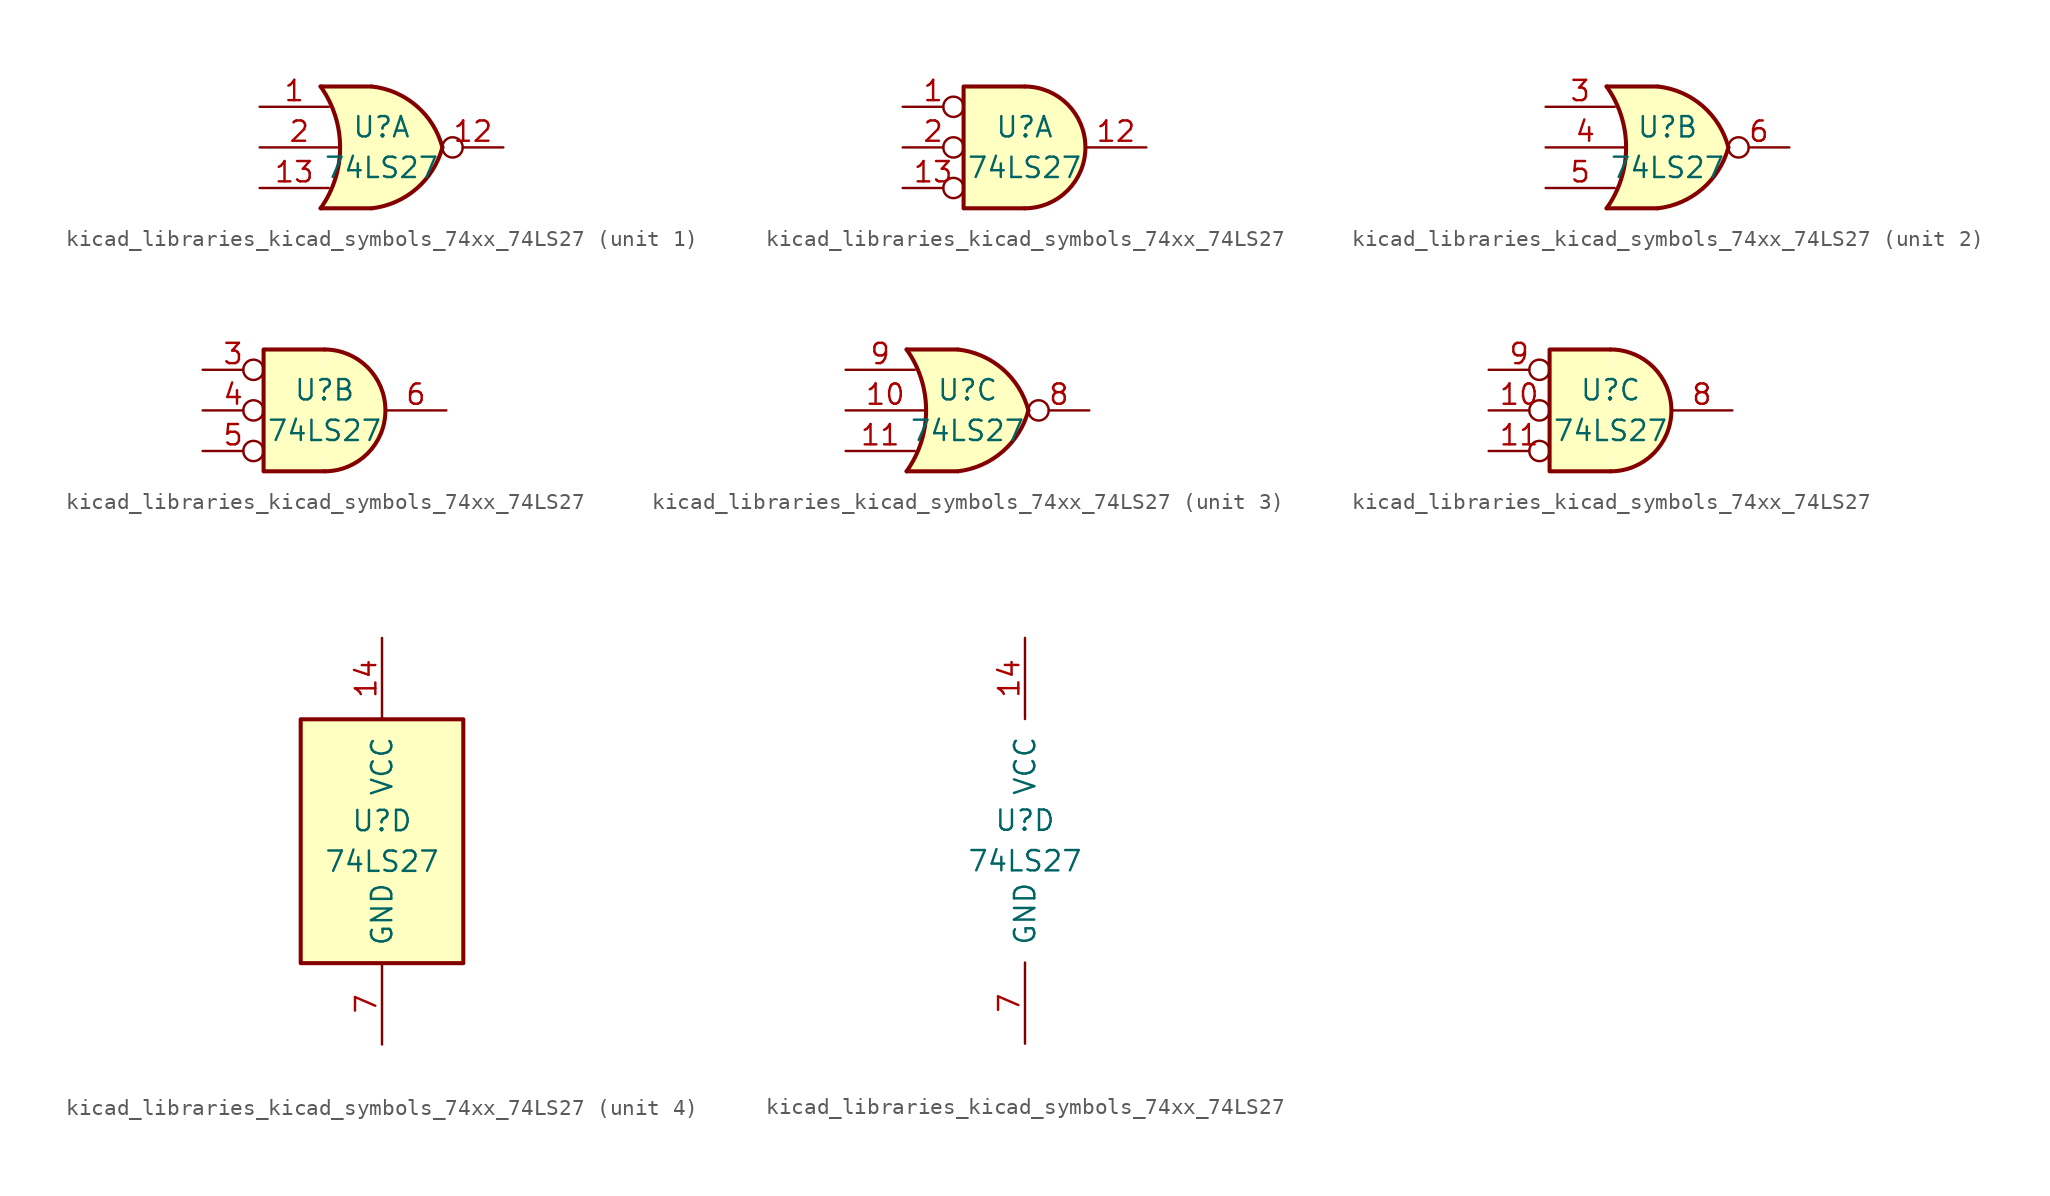
<source format=kicad_sym>
(kicad_symbol_lib
  (version 20220914)
  (generator kicad_symbol_editor)
  (symbol "kicad_libraries_kicad_symbols_74xx_74LS27"
    (pin_names
      (offset 1.016))
    (property "Reference" "U"
      (at 0 1.27 0)
      (effects (font (size 1.27 1.27))))
    (property "Value" "74LS27"
      (at 0 -1.27 0)
      (effects (font (size 1.27 1.27))))
    (property "ki_locked" ""
      (at 0 0 0)
      (effects (font (size 1.27 1.27))))
    (symbol "kicad_libraries_kicad_symbols_74xx_74LS27_1_1"
      (arc (start -3.81 -3.81) (mid -2.589 0) (end -3.81 3.81) (stroke (width 0.254) (type default)) (fill (type none)))
      (arc (start -0.6096 -3.81) (mid 2.1842 -2.5851) (end 3.81 0) (stroke (width 0.254) (type default)) (fill (type background)))
      (polyline (pts (xy -3.81 -3.81) (xy -0.635 -3.81)) (stroke (width 0.254) (type default)) (fill (type background)))
      (polyline (pts (xy -3.81 3.81) (xy -0.635 3.81)) (stroke (width 0.254) (type default)) (fill (type background)))
      (polyline (pts (xy -0.635 3.81) (xy -3.81 3.81) (xy -3.81 3.81) (xy -3.556 3.404) (xy -3.023 2.261) (xy -2.692 1.041) (xy -2.616 -0.254) (xy -2.769 -1.499) (xy -3.175 -2.718) (xy -3.81 -3.81) (xy -3.81 -3.81) (xy -0.635 -3.81)) (stroke (width -25.4) (type default)) (fill (type background)))
      (arc (start 3.81 0) (mid 2.1915 2.5936) (end -0.6096 3.81) (stroke (width 0.254) (type default)) (fill (type background)))
      (pin input line (at -7.62 2.54 0) (length 4.318) (name "~" (effects (font (size 1.27 1.27)))) (number "1" (effects (font (size 1.27 1.27)))))
      (pin output inverted (at 7.62 0 180) (length 3.81) (name "~" (effects (font (size 1.27 1.27)))) (number "12" (effects (font (size 1.27 1.27)))))
      (pin input line (at -7.62 -2.54 0) (length 4.318) (name "~" (effects (font (size 1.27 1.27)))) (number "13" (effects (font (size 1.27 1.27)))))
      (pin input line (at -7.62 0 0) (length 4.953) (name "~" (effects (font (size 1.27 1.27)))) (number "2" (effects (font (size 1.27 1.27))))))
    (symbol "kicad_libraries_kicad_symbols_74xx_74LS27_1_2"
      (arc (start 0 -3.81) (mid 3.7934 0) (end 0 3.81) (stroke (width 0.254) (type default)) (fill (type background)))
      (polyline (pts (xy 0 3.81) (xy -3.81 3.81) (xy -3.81 -3.81) (xy 0 -3.81)) (stroke (width 0.254) (type default)) (fill (type background)))
      (pin input inverted (at -7.62 2.54 0) (length 3.81) (name "~" (effects (font (size 1.27 1.27)))) (number "1" (effects (font (size 1.27 1.27)))))
      (pin output line (at 7.62 0 180) (length 3.81) (name "~" (effects (font (size 1.27 1.27)))) (number "12" (effects (font (size 1.27 1.27)))))
      (pin input inverted (at -7.62 -2.54 0) (length 3.81) (name "~" (effects (font (size 1.27 1.27)))) (number "13" (effects (font (size 1.27 1.27)))))
      (pin input inverted (at -7.62 0 0) (length 3.81) (name "~" (effects (font (size 1.27 1.27)))) (number "2" (effects (font (size 1.27 1.27))))))
    (symbol "kicad_libraries_kicad_symbols_74xx_74LS27_2_1"
      (arc (start -3.81 -3.81) (mid -2.589 0) (end -3.81 3.81) (stroke (width 0.254) (type default)) (fill (type none)))
      (arc (start -0.6096 -3.81) (mid 2.1842 -2.5851) (end 3.81 0) (stroke (width 0.254) (type default)) (fill (type background)))
      (polyline (pts (xy -3.81 -3.81) (xy -0.635 -3.81)) (stroke (width 0.254) (type default)) (fill (type background)))
      (polyline (pts (xy -3.81 3.81) (xy -0.635 3.81)) (stroke (width 0.254) (type default)) (fill (type background)))
      (polyline (pts (xy -0.635 3.81) (xy -3.81 3.81) (xy -3.81 3.81) (xy -3.556 3.404) (xy -3.023 2.261) (xy -2.692 1.041) (xy -2.616 -0.254) (xy -2.769 -1.499) (xy -3.175 -2.718) (xy -3.81 -3.81) (xy -3.81 -3.81) (xy -0.635 -3.81)) (stroke (width -25.4) (type default)) (fill (type background)))
      (arc (start 3.81 0) (mid 2.1915 2.5936) (end -0.6096 3.81) (stroke (width 0.254) (type default)) (fill (type background)))
      (pin input line (at -7.62 2.54 0) (length 4.318) (name "~" (effects (font (size 1.27 1.27)))) (number "3" (effects (font (size 1.27 1.27)))))
      (pin input line (at -7.62 0 0) (length 4.953) (name "~" (effects (font (size 1.27 1.27)))) (number "4" (effects (font (size 1.27 1.27)))))
      (pin input line (at -7.62 -2.54 0) (length 4.318) (name "~" (effects (font (size 1.27 1.27)))) (number "5" (effects (font (size 1.27 1.27)))))
      (pin output inverted (at 7.62 0 180) (length 3.81) (name "~" (effects (font (size 1.27 1.27)))) (number "6" (effects (font (size 1.27 1.27))))))
    (symbol "kicad_libraries_kicad_symbols_74xx_74LS27_2_2"
      (arc (start 0 -3.81) (mid 3.7934 0) (end 0 3.81) (stroke (width 0.254) (type default)) (fill (type background)))
      (polyline (pts (xy 0 3.81) (xy -3.81 3.81) (xy -3.81 -3.81) (xy 0 -3.81)) (stroke (width 0.254) (type default)) (fill (type background)))
      (pin input inverted (at -7.62 2.54 0) (length 3.81) (name "~" (effects (font (size 1.27 1.27)))) (number "3" (effects (font (size 1.27 1.27)))))
      (pin input inverted (at -7.62 0 0) (length 3.81) (name "~" (effects (font (size 1.27 1.27)))) (number "4" (effects (font (size 1.27 1.27)))))
      (pin input inverted (at -7.62 -2.54 0) (length 3.81) (name "~" (effects (font (size 1.27 1.27)))) (number "5" (effects (font (size 1.27 1.27)))))
      (pin output line (at 7.62 0 180) (length 3.81) (name "~" (effects (font (size 1.27 1.27)))) (number "6" (effects (font (size 1.27 1.27))))))
    (symbol "kicad_libraries_kicad_symbols_74xx_74LS27_3_1"
      (arc (start -3.81 -3.81) (mid -2.589 0) (end -3.81 3.81) (stroke (width 0.254) (type default)) (fill (type none)))
      (arc (start -0.6096 -3.81) (mid 2.1842 -2.5851) (end 3.81 0) (stroke (width 0.254) (type default)) (fill (type background)))
      (polyline (pts (xy -3.81 -3.81) (xy -0.635 -3.81)) (stroke (width 0.254) (type default)) (fill (type background)))
      (polyline (pts (xy -3.81 3.81) (xy -0.635 3.81)) (stroke (width 0.254) (type default)) (fill (type background)))
      (polyline (pts (xy -0.635 3.81) (xy -3.81 3.81) (xy -3.81 3.81) (xy -3.556 3.404) (xy -3.023 2.261) (xy -2.692 1.041) (xy -2.616 -0.254) (xy -2.769 -1.499) (xy -3.175 -2.718) (xy -3.81 -3.81) (xy -3.81 -3.81) (xy -0.635 -3.81)) (stroke (width -25.4) (type default)) (fill (type background)))
      (arc (start 3.81 0) (mid 2.1915 2.5936) (end -0.6096 3.81) (stroke (width 0.254) (type default)) (fill (type background)))
      (pin input line (at -7.62 0 0) (length 4.953) (name "~" (effects (font (size 1.27 1.27)))) (number "10" (effects (font (size 1.27 1.27)))))
      (pin input line (at -7.62 -2.54 0) (length 4.318) (name "~" (effects (font (size 1.27 1.27)))) (number "11" (effects (font (size 1.27 1.27)))))
      (pin output inverted (at 7.62 0 180) (length 3.81) (name "~" (effects (font (size 1.27 1.27)))) (number "8" (effects (font (size 1.27 1.27)))))
      (pin input line (at -7.62 2.54 0) (length 4.318) (name "~" (effects (font (size 1.27 1.27)))) (number "9" (effects (font (size 1.27 1.27))))))
    (symbol "kicad_libraries_kicad_symbols_74xx_74LS27_3_2"
      (arc (start 0 -3.81) (mid 3.7934 0) (end 0 3.81) (stroke (width 0.254) (type default)) (fill (type background)))
      (polyline (pts (xy 0 3.81) (xy -3.81 3.81) (xy -3.81 -3.81) (xy 0 -3.81)) (stroke (width 0.254) (type default)) (fill (type background)))
      (pin input inverted (at -7.62 0 0) (length 3.81) (name "~" (effects (font (size 1.27 1.27)))) (number "10" (effects (font (size 1.27 1.27)))))
      (pin input inverted (at -7.62 -2.54 0) (length 3.81) (name "~" (effects (font (size 1.27 1.27)))) (number "11" (effects (font (size 1.27 1.27)))))
      (pin output line (at 7.62 0 180) (length 3.81) (name "~" (effects (font (size 1.27 1.27)))) (number "8" (effects (font (size 1.27 1.27)))))
      (pin input inverted (at -7.62 2.54 0) (length 3.81) (name "~" (effects (font (size 1.27 1.27)))) (number "9" (effects (font (size 1.27 1.27))))))
    (symbol "kicad_libraries_kicad_symbols_74xx_74LS27_4_0"
      (pin power_in line (at 0 12.7 270) (length 5.08) (name "VCC" (effects (font (size 1.27 1.27)))) (number "14" (effects (font (size 1.27 1.27)))))
      (pin power_in line (at 0 -12.7 90) (length 5.08) (name "GND" (effects (font (size 1.27 1.27)))) (number "7" (effects (font (size 1.27 1.27))))))
    (symbol "kicad_libraries_kicad_symbols_74xx_74LS27_4_1"
      (rectangle (start -5.08 7.62) (end 5.08 -7.62) (stroke (width 0.254) (type default)) (fill (type background))))))
</source>
